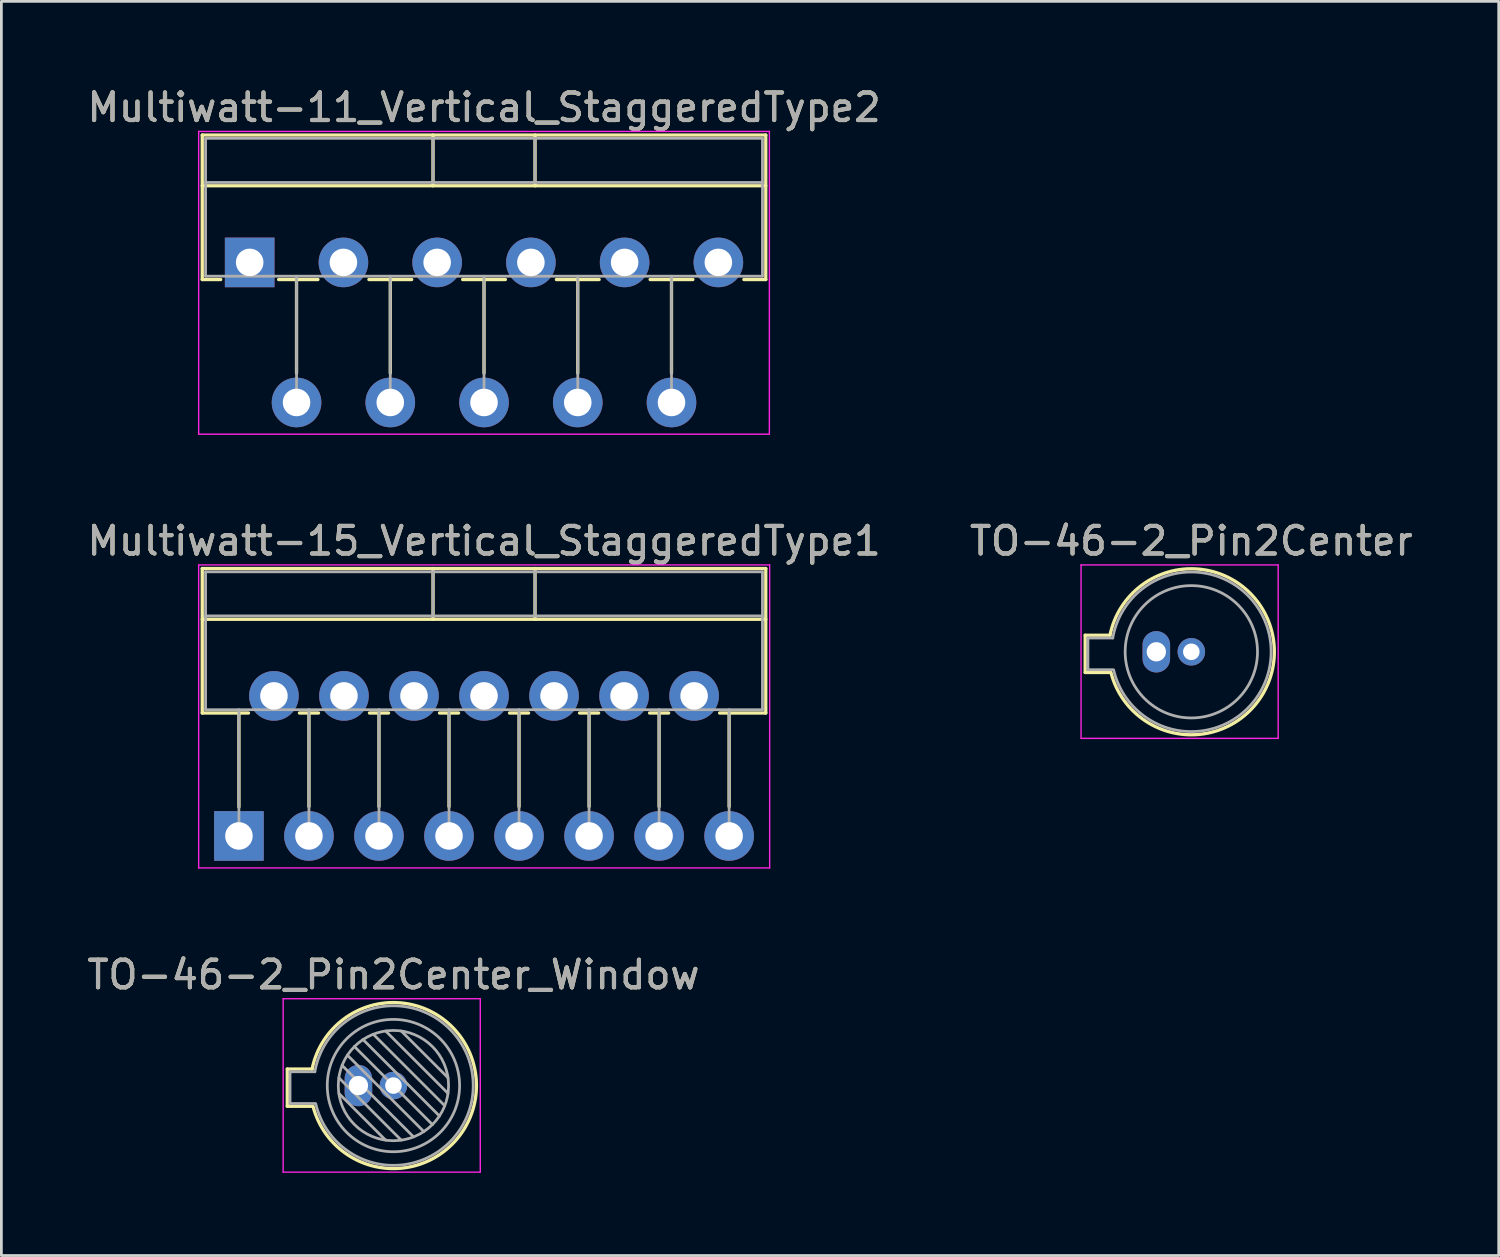
<source format=kicad_pcb>
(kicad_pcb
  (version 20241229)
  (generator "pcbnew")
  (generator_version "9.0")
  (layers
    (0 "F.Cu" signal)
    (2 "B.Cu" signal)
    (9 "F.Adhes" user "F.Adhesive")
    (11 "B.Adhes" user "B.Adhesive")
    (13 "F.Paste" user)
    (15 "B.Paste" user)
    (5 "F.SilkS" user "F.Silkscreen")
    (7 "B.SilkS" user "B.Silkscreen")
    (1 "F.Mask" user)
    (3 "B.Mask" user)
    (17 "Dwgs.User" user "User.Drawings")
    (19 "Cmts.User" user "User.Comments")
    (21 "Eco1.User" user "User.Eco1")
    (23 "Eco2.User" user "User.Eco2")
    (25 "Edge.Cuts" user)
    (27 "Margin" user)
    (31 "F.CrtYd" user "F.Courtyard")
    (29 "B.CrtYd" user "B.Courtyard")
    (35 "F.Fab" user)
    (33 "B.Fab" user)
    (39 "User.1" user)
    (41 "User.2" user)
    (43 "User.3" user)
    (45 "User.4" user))
  (footprint "Multiwatt-15_Vertical_StaggeredType1"
    (layer "F.Cu")
    (at 5.616 27.271)
    (property "Reference" "Multiwatt-15_Vertical_StaggeredType1" (at 8.89 -10.7 0) (layer "F.SilkS") (effects (font (size 1 1) (thickness 0.15))))
    (attr through_hole)
    (fp_line (start -1.33 -9.7) (end -1.33 -4.459) (stroke (width 0.12) (type solid)) (layer "F.SilkS"))
    (fp_line (start -1.33 -9.7) (end 19.11 -9.7) (stroke (width 0.12) (type solid)) (layer "F.SilkS"))
    (fp_line (start -1.33 -7.86) (end 19.11 -7.86) (stroke (width 0.12) (type solid)) (layer "F.SilkS"))
    (fp_line (start -1.33 -4.459) (end 0.346 -4.459) (stroke (width 0.12) (type solid)) (layer "F.SilkS"))
    (fp_line (start 0 -4.459) (end 0 -1.05) (stroke (width 0.12) (type solid)) (layer "F.SilkS"))
    (fp_line (start 2.195 -4.459) (end 2.886 -4.459) (stroke (width 0.12) (type solid)) (layer "F.SilkS"))
    (fp_line (start 2.54 -4.459) (end 2.54 -1.065) (stroke (width 0.12) (type solid)) (layer "F.SilkS"))
    (fp_line (start 4.735 -4.459) (end 5.426 -4.459) (stroke (width 0.12) (type solid)) (layer "F.SilkS"))
    (fp_line (start 5.08 -4.459) (end 5.08 -1.065) (stroke (width 0.12) (type solid)) (layer "F.SilkS"))
    (fp_line (start 7.041 -9.7) (end 7.041 -7.86) (stroke (width 0.12) (type solid)) (layer "F.SilkS"))
    (fp_line (start 7.275 -4.459) (end 7.966 -4.459) (stroke (width 0.12) (type solid)) (layer "F.SilkS"))
    (fp_line (start 7.62 -4.459) (end 7.62 -1.065) (stroke (width 0.12) (type solid)) (layer "F.SilkS"))
    (fp_line (start 9.815 -4.459) (end 10.506 -4.459) (stroke (width 0.12) (type solid)) (layer "F.SilkS"))
    (fp_line (start 10.16 -4.459) (end 10.16 -1.065) (stroke (width 0.12) (type solid)) (layer "F.SilkS"))
    (fp_line (start 10.74 -9.7) (end 10.74 -7.86) (stroke (width 0.12) (type solid)) (layer "F.SilkS"))
    (fp_line (start 12.355 -4.459) (end 13.046 -4.459) (stroke (width 0.12) (type solid)) (layer "F.SilkS"))
    (fp_line (start 12.7 -4.459) (end 12.7 -1.065) (stroke (width 0.12) (type solid)) (layer "F.SilkS"))
    (fp_line (start 14.895 -4.459) (end 15.586 -4.459) (stroke (width 0.12) (type solid)) (layer "F.SilkS"))
    (fp_line (start 15.24 -4.459) (end 15.24 -1.065) (stroke (width 0.12) (type solid)) (layer "F.SilkS"))
    (fp_line (start 17.435 -4.459) (end 19.11 -4.459) (stroke (width 0.12) (type solid)) (layer "F.SilkS"))
    (fp_line (start 17.78 -4.459) (end 17.78 -1.065) (stroke (width 0.12) (type solid)) (layer "F.SilkS"))
    (fp_line (start 19.11 -9.7) (end 19.11 -4.459) (stroke (width 0.12) (type solid)) (layer "F.SilkS"))
    (fp_line (start -1.46 -9.83) (end -1.46 1.16) (stroke (width 0.05) (type solid)) (layer "F.CrtYd"))
    (fp_line (start -1.46 1.16) (end 19.25 1.16) (stroke (width 0.05) (type solid)) (layer "F.CrtYd"))
    (fp_line (start 19.25 -9.83) (end -1.46 -9.83) (stroke (width 0.05) (type solid)) (layer "F.CrtYd"))
    (fp_line (start 19.25 1.16) (end 19.25 -9.83) (stroke (width 0.05) (type solid)) (layer "F.CrtYd"))
    (fp_line (start -1.21 -9.58) (end -1.21 -4.58) (stroke (width 0.1) (type solid)) (layer "F.Fab"))
    (fp_line (start -1.21 -7.98) (end 18.99 -7.98) (stroke (width 0.1) (type solid)) (layer "F.Fab"))
    (fp_line (start -1.21 -4.58) (end 18.99 -4.58) (stroke (width 0.1) (type solid)) (layer "F.Fab"))
    (fp_line (start 0 -4.58) (end 0 0) (stroke (width 0.1) (type solid)) (layer "F.Fab"))
    (fp_line (start 2.54 -4.58) (end 2.54 0) (stroke (width 0.1) (type solid)) (layer "F.Fab"))
    (fp_line (start 5.08 -4.58) (end 5.08 0) (stroke (width 0.1) (type solid)) (layer "F.Fab"))
    (fp_line (start 7.04 -9.58) (end 7.04 -7.98) (stroke (width 0.1) (type solid)) (layer "F.Fab"))
    (fp_line (start 7.62 -4.58) (end 7.62 0) (stroke (width 0.1) (type solid)) (layer "F.Fab"))
    (fp_line (start 10.16 -4.58) (end 10.16 0) (stroke (width 0.1) (type solid)) (layer "F.Fab"))
    (fp_line (start 10.74 -9.58) (end 10.74 -7.98) (stroke (width 0.1) (type solid)) (layer "F.Fab"))
    (fp_line (start 12.7 -4.58) (end 12.7 0) (stroke (width 0.1) (type solid)) (layer "F.Fab"))
    (fp_line (start 15.24 -4.58) (end 15.24 0) (stroke (width 0.1) (type solid)) (layer "F.Fab"))
    (fp_line (start 17.78 -4.58) (end 17.78 0) (stroke (width 0.1) (type solid)) (layer "F.Fab"))
    (fp_line (start 18.99 -9.58) (end -1.21 -9.58) (stroke (width 0.1) (type solid)) (layer "F.Fab"))
    (fp_line (start 18.99 -4.58) (end 18.99 -9.58) (stroke (width 0.1) (type solid)) (layer "F.Fab"))
    (fp_text user "${REFERENCE}" (at 8.89 -10.7 0) (layer "F.Fab") (effects (font (size 1 1) (thickness 0.15))))
    (pad "1" thru_hole rect (at 0 0) (size 1.8 1.8) (drill 1) (layers "*.Cu" "*.Mask"))
    (pad "2" thru_hole oval (at 1.27 -5.08) (size 1.8 1.8) (drill 1) (layers "*.Cu" "*.Mask"))
    (pad "3" thru_hole oval (at 2.54 0) (size 1.8 1.8) (drill 1) (layers "*.Cu" "*.Mask"))
    (pad "4" thru_hole oval (at 3.81 -5.08) (size 1.8 1.8) (drill 1) (layers "*.Cu" "*.Mask"))
    (pad "5" thru_hole oval (at 5.08 0) (size 1.8 1.8) (drill 1) (layers "*.Cu" "*.Mask"))
    (pad "6" thru_hole oval (at 6.35 -5.08) (size 1.8 1.8) (drill 1) (layers "*.Cu" "*.Mask"))
    (pad "7" thru_hole oval (at 7.62 0) (size 1.8 1.8) (drill 1) (layers "*.Cu" "*.Mask"))
    (pad "8" thru_hole oval (at 8.89 -5.08) (size 1.8 1.8) (drill 1) (layers "*.Cu" "*.Mask"))
    (pad "9" thru_hole oval (at 10.16 0) (size 1.8 1.8) (drill 1) (layers "*.Cu" "*.Mask"))
    (pad "10" thru_hole oval (at 11.43 -5.08) (size 1.8 1.8) (drill 1) (layers "*.Cu" "*.Mask"))
    (pad "11" thru_hole oval (at 12.7 0) (size 1.8 1.8) (drill 1) (layers "*.Cu" "*.Mask"))
    (pad "12" thru_hole oval (at 13.97 -5.08) (size 1.8 1.8) (drill 1) (layers "*.Cu" "*.Mask"))
    (pad "13" thru_hole oval (at 15.24 0) (size 1.8 1.8) (drill 1) (layers "*.Cu" "*.Mask"))
    (pad "14" thru_hole oval (at 16.51 -5.08) (size 1.8 1.8) (drill 1) (layers "*.Cu" "*.Mask"))
    (pad "15" thru_hole oval (at 17.78 0) (size 1.8 1.8) (drill 1) (layers "*.Cu" "*.Mask")))
  (footprint "Multiwatt-11_Vertical_StaggeredType2"
    (layer "F.Cu")
    (at 6.006 6.468)
    (property "Reference" "Multiwatt-11_Vertical_StaggeredType2" (at 8.5 -5.62 0) (layer "F.SilkS") (effects (font (size 1 1) (thickness 0.15))))
    (attr through_hole)
    (fp_line (start -1.72 -4.62) (end -1.72 0.621) (stroke (width 0.12) (type solid)) (layer "F.SilkS"))
    (fp_line (start -1.72 -4.62) (end 18.72 -4.62) (stroke (width 0.12) (type solid)) (layer "F.SilkS"))
    (fp_line (start -1.72 -2.78) (end 18.72 -2.78) (stroke (width 0.12) (type solid)) (layer "F.SilkS"))
    (fp_line (start -1.72 0.621) (end -1.05 0.621) (stroke (width 0.12) (type solid)) (layer "F.SilkS"))
    (fp_line (start 1.05 0.621) (end 2.476 0.621) (stroke (width 0.12) (type solid)) (layer "F.SilkS"))
    (fp_line (start 1.7 0.621) (end 1.7 4.015) (stroke (width 0.12) (type solid)) (layer "F.SilkS"))
    (fp_line (start 4.325 0.621) (end 5.876 0.621) (stroke (width 0.12) (type solid)) (layer "F.SilkS"))
    (fp_line (start 5.1 0.621) (end 5.1 4.015) (stroke (width 0.12) (type solid)) (layer "F.SilkS"))
    (fp_line (start 6.65 -4.62) (end 6.65 -2.78) (stroke (width 0.12) (type solid)) (layer "F.SilkS"))
    (fp_line (start 7.725 0.621) (end 9.276 0.621) (stroke (width 0.12) (type solid)) (layer "F.SilkS"))
    (fp_line (start 8.5 0.621) (end 8.5 4.015) (stroke (width 0.12) (type solid)) (layer "F.SilkS"))
    (fp_line (start 10.35 -4.62) (end 10.35 -2.78) (stroke (width 0.12) (type solid)) (layer "F.SilkS"))
    (fp_line (start 11.125 0.621) (end 12.676 0.621) (stroke (width 0.12) (type solid)) (layer "F.SilkS"))
    (fp_line (start 11.9 0.621) (end 11.9 4.015) (stroke (width 0.12) (type solid)) (layer "F.SilkS"))
    (fp_line (start 14.525 0.621) (end 16.076 0.621) (stroke (width 0.12) (type solid)) (layer "F.SilkS"))
    (fp_line (start 15.3 0.621) (end 15.3 4.015) (stroke (width 0.12) (type solid)) (layer "F.SilkS"))
    (fp_line (start 17.925 0.621) (end 18.72 0.621) (stroke (width 0.12) (type solid)) (layer "F.SilkS"))
    (fp_line (start 18.72 -4.62) (end 18.72 0.621) (stroke (width 0.12) (type solid)) (layer "F.SilkS"))
    (fp_line (start -1.85 -4.75) (end -1.85 6.23) (stroke (width 0.05) (type solid)) (layer "F.CrtYd"))
    (fp_line (start -1.85 6.23) (end 18.85 6.23) (stroke (width 0.05) (type solid)) (layer "F.CrtYd"))
    (fp_line (start 18.85 -4.75) (end -1.85 -4.75) (stroke (width 0.05) (type solid)) (layer "F.CrtYd"))
    (fp_line (start 18.85 6.23) (end 18.85 -4.75) (stroke (width 0.05) (type solid)) (layer "F.CrtYd"))
    (fp_line (start -1.6 -4.5) (end -1.6 0.5) (stroke (width 0.1) (type solid)) (layer "F.Fab"))
    (fp_line (start -1.6 -2.9) (end 18.6 -2.9) (stroke (width 0.1) (type solid)) (layer "F.Fab"))
    (fp_line (start -1.6 0.5) (end 18.6 0.5) (stroke (width 0.1) (type solid)) (layer "F.Fab"))
    (fp_line (start 1.7 0.5) (end 1.7 5.08) (stroke (width 0.1) (type solid)) (layer "F.Fab"))
    (fp_line (start 5.1 0.5) (end 5.1 5.08) (stroke (width 0.1) (type solid)) (layer "F.Fab"))
    (fp_line (start 6.65 -4.5) (end 6.65 -2.9) (stroke (width 0.1) (type solid)) (layer "F.Fab"))
    (fp_line (start 8.5 0.5) (end 8.5 5.08) (stroke (width 0.1) (type solid)) (layer "F.Fab"))
    (fp_line (start 10.35 -4.5) (end 10.35 -2.9) (stroke (width 0.1) (type solid)) (layer "F.Fab"))
    (fp_line (start 11.9 0.5) (end 11.9 5.08) (stroke (width 0.1) (type solid)) (layer "F.Fab"))
    (fp_line (start 15.3 0.5) (end 15.3 5.08) (stroke (width 0.1) (type solid)) (layer "F.Fab"))
    (fp_line (start 18.6 -4.5) (end -1.6 -4.5) (stroke (width 0.1) (type solid)) (layer "F.Fab"))
    (fp_line (start 18.6 0.5) (end 18.6 -4.5) (stroke (width 0.1) (type solid)) (layer "F.Fab"))
    (fp_text user "${REFERENCE}" (at 8.5 -5.62 0) (layer "F.Fab") (effects (font (size 1 1) (thickness 0.15))))
    (pad "1" thru_hole rect (at 0 0) (size 1.8 1.8) (drill 1) (layers "*.Cu" "*.Mask"))
    (pad "2" thru_hole oval (at 1.7 5.08) (size 1.8 1.8) (drill 1) (layers "*.Cu" "*.Mask"))
    (pad "3" thru_hole oval (at 3.4 0) (size 1.8 1.8) (drill 1) (layers "*.Cu" "*.Mask"))
    (pad "4" thru_hole oval (at 5.1 5.08) (size 1.8 1.8) (drill 1) (layers "*.Cu" "*.Mask"))
    (pad "5" thru_hole oval (at 6.8 0) (size 1.8 1.8) (drill 1) (layers "*.Cu" "*.Mask"))
    (pad "6" thru_hole oval (at 8.5 5.08) (size 1.8 1.8) (drill 1) (layers "*.Cu" "*.Mask"))
    (pad "7" thru_hole oval (at 10.2 0) (size 1.8 1.8) (drill 1) (layers "*.Cu" "*.Mask"))
    (pad "8" thru_hole oval (at 11.9 5.08) (size 1.8 1.8) (drill 1) (layers "*.Cu" "*.Mask"))
    (pad "9" thru_hole oval (at 13.6 0) (size 1.8 1.8) (drill 1) (layers "*.Cu" "*.Mask"))
    (pad "10" thru_hole oval (at 15.3 5.08) (size 1.8 1.8) (drill 1) (layers "*.Cu" "*.Mask"))
    (pad "11" thru_hole oval (at 17 0) (size 1.8 1.8) (drill 1) (layers "*.Cu" "*.Mask")))
  (footprint "TO-46-2_Pin2Center"
    (layer "F.Cu")
    (at 38.891 20.591)
    (property "Reference" "TO-46-2_Pin2Center" (at 1.27 -4.02 0) (layer "F.SilkS") (effects (font (size 1 1) (thickness 0.15))))
    (attr through_hole)
    (fp_line (start -2.58 -0.6) (end -2.58 0.75) (stroke (width 0.12) (type solid)) (layer "F.SilkS"))
    (fp_line (start -2.58 0.75) (end -1.68 0.75) (stroke (width 0.12) (type solid)) (layer "F.SilkS"))
    (fp_line (start -1.68 -0.6) (end -2.58 -0.6) (stroke (width 0.12) (type solid)) (layer "F.SilkS"))
    (fp_arc (start -1.68 -0.6) (mid 4.279362 -0.078983) (end -1.644465 0.753918) (stroke (width 0.12) (type solid)) (layer "F.SilkS"))
    (fp_line (start -2.73 -3.15) (end -2.73 3.14) (stroke (width 0.05) (type solid)) (layer "F.CrtYd"))
    (fp_line (start -2.73 -3.15) (end 4.42 -3.15) (stroke (width 0.05) (type solid)) (layer "F.CrtYd"))
    (fp_line (start 4.42 3.14) (end -2.73 3.14) (stroke (width 0.05) (type solid)) (layer "F.CrtYd"))
    (fp_line (start 4.42 3.14) (end 4.42 -3.15) (stroke (width 0.05) (type solid)) (layer "F.CrtYd"))
    (fp_line (start -2.48 -0.5) (end -2.48 0.65) (stroke (width 0.1) (type solid)) (layer "F.Fab"))
    (fp_line (start -2.48 0.65) (end -1.58 0.65) (stroke (width 0.1) (type solid)) (layer "F.Fab"))
    (fp_line (start -1.58 -0.5) (end -2.48 -0.5) (stroke (width 0.1) (type solid)) (layer "F.Fab"))
    (fp_arc (start -1.58 -0.5) (mid 4.1624 -0.08076) (end -1.54766 0.65825) (stroke (width 0.1) (type solid)) (layer "F.Fab"))
    (fp_circle (center 1.27 0) (end 3.67 0) (stroke (width 0.1) (type solid)) (fill no) (layer "F.Fab"))
    (fp_text user "${REFERENCE}" (at 1.27 -4.02 0) (layer "F.Fab") (effects (font (size 1 1) (thickness 0.15))))
    (pad "1" thru_hole oval (at 0 0 90) (size 1.5 1) (drill 0.7) (layers "*.Cu" "*.Mask"))
    (pad "2" thru_hole oval (at 1.27 0) (size 1 1) (drill 0.6) (layers "*.Cu" "*.Mask")))
  (footprint "TO-46-2_Pin2Center_Window"
    (layer "F.Cu")
    (at 9.95 36.325)
    (property "Reference" "TO-46-2_Pin2Center_Window" (at 1.27 -4.02 0) (layer "F.SilkS") (effects (font (size 1 1) (thickness 0.15))))
    (attr through_hole)
    (fp_line (start -2.58 -0.6) (end -2.58 0.75) (stroke (width 0.12) (type solid)) (layer "F.SilkS"))
    (fp_line (start -2.58 0.75) (end -1.68 0.75) (stroke (width 0.12) (type solid)) (layer "F.SilkS"))
    (fp_line (start -1.68 -0.6) (end -2.58 -0.6) (stroke (width 0.12) (type solid)) (layer "F.SilkS"))
    (fp_arc (start -1.68 -0.6) (mid 4.279362 -0.078983) (end -1.644465 0.753918) (stroke (width 0.12) (type solid)) (layer "F.SilkS"))
    (fp_line (start -2.73 -3.15) (end -2.73 3.14) (stroke (width 0.05) (type solid)) (layer "F.CrtYd"))
    (fp_line (start -2.73 -3.15) (end 4.42 -3.15) (stroke (width 0.05) (type solid)) (layer "F.CrtYd"))
    (fp_line (start 4.42 3.14) (end -2.73 3.14) (stroke (width 0.05) (type solid)) (layer "F.CrtYd"))
    (fp_line (start 4.42 3.14) (end 4.42 -3.15) (stroke (width 0.05) (type solid)) (layer "F.CrtYd"))
    (fp_line (start -2.48 -0.5) (end -2.48 0.65) (stroke (width 0.1) (type solid)) (layer "F.Fab"))
    (fp_line (start -2.48 0.65) (end -1.58 0.65) (stroke (width 0.1) (type solid)) (layer "F.Fab"))
    (fp_line (start -1.58 -0.5) (end -2.48 -0.5) (stroke (width 0.1) (type solid)) (layer "F.Fab"))
    (fp_line (start -0.71 -0.283) (end 1.553 1.98) (stroke (width 0.1) (type solid)) (layer "F.Fab"))
    (fp_line (start -0.71 0.283) (end 0.987 1.98) (stroke (width 0.1) (type solid)) (layer "F.Fab"))
    (fp_line (start -0.592 -0.731) (end 2.001 1.862) (stroke (width 0.1) (type solid)) (layer "F.Fab"))
    (fp_line (start -0.399 -1.103) (end 2.373 1.669) (stroke (width 0.1) (type solid)) (layer "F.Fab"))
    (fp_line (start -0.145 -1.415) (end 2.685 1.415) (stroke (width 0.1) (type solid)) (layer "F.Fab"))
    (fp_line (start 0.167 -1.669) (end 2.939 1.103) (stroke (width 0.1) (type solid)) (layer "F.Fab"))
    (fp_line (start 0.539 -1.862) (end 3.132 0.731) (stroke (width 0.1) (type solid)) (layer "F.Fab"))
    (fp_line (start 0.987 -1.98) (end 3.25 0.283) (stroke (width 0.1) (type solid)) (layer "F.Fab"))
    (fp_line (start 1.553 -1.98) (end 3.25 -0.283) (stroke (width 0.1) (type solid)) (layer "F.Fab"))
    (fp_arc (start -1.58 -0.5) (mid 4.1624 -0.08076) (end -1.54766 0.65825) (stroke (width 0.1) (type solid)) (layer "F.Fab"))
    (fp_circle (center 1.27 0) (end 3.27 0) (stroke (width 0.1) (type solid)) (fill no) (layer "F.Fab"))
    (fp_circle (center 1.27 0) (end 3.67 0) (stroke (width 0.1) (type solid)) (fill no) (layer "F.Fab"))
    (fp_text user "${REFERENCE}" (at 1.27 -4.02 0) (layer "F.Fab") (effects (font (size 1 1) (thickness 0.15))))
    (pad "1" thru_hole oval (at 0 0 90) (size 1.5 1) (drill 0.7) (layers "*.Cu" "*.Mask"))
    (pad "2" thru_hole oval (at 1.27 0) (size 1 1) (drill 0.6) (layers "*.Cu" "*.Mask")))
  (gr_rect
    (start -3 -3)
    (end 51.31 42.49)
    (stroke (width 0.1) (type default))
    (fill no)
    (layer "Edge.Cuts")))
</source>
